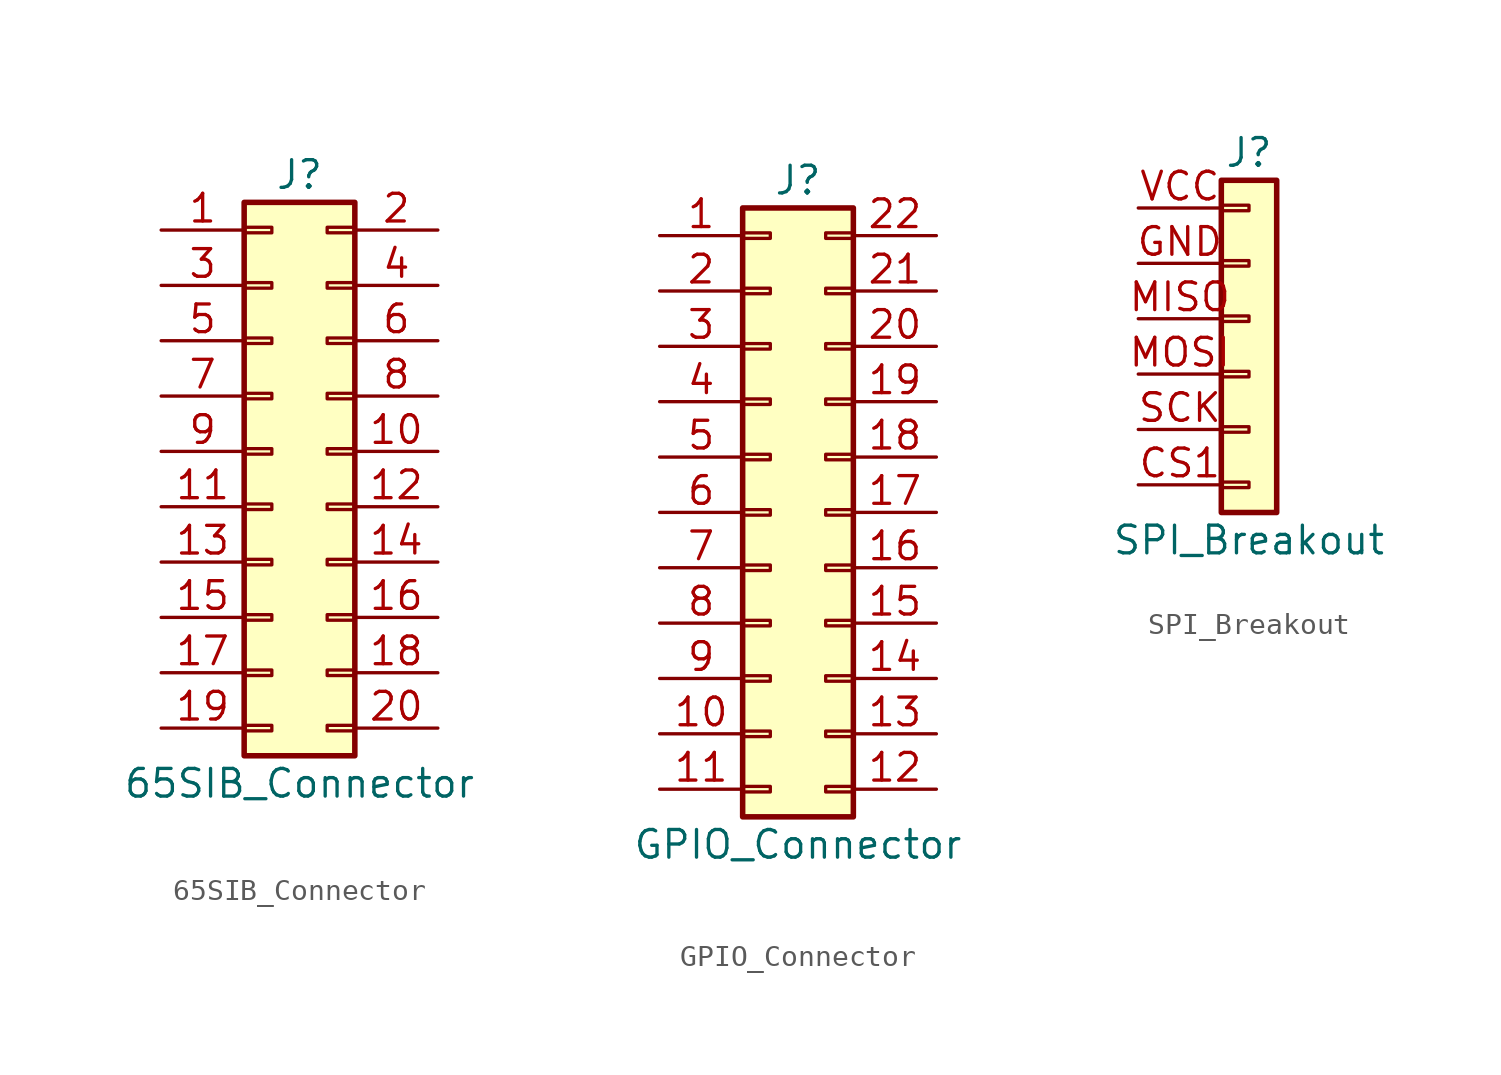
<source format=kicad_sym>
(kicad_symbol_lib
  (version 20211014)
  (generator kicad_symbol_editor)
  (symbol "65SIB_Connector"
    (pin_names
      (offset 1.016) hide)
    (property "Reference" "J"
      (at 1.27 12.7 0)
      (effects (font (size 1.27 1.27))))
    (property "Value" "65SIB_Connector"
      (at 1.27 -15.24 0)
      (effects (font (size 1.27 1.27))))
    (symbol "65SIB_Connector_1_1"
      (rectangle (start -1.27 -12.573) (end 0 -12.827) (stroke (width 0.152) (type default) (color 0 0 0 0)) (fill (type none)))
      (rectangle (start -1.27 -10.033) (end 0 -10.287) (stroke (width 0.152) (type default) (color 0 0 0 0)) (fill (type none)))
      (rectangle (start -1.27 -7.493) (end 0 -7.747) (stroke (width 0.152) (type default) (color 0 0 0 0)) (fill (type none)))
      (rectangle (start -1.27 -4.953) (end 0 -5.207) (stroke (width 0.152) (type default) (color 0 0 0 0)) (fill (type none)))
      (rectangle (start -1.27 -2.413) (end 0 -2.667) (stroke (width 0.152) (type default) (color 0 0 0 0)) (fill (type none)))
      (rectangle (start -1.27 0.127) (end 0 -0.127) (stroke (width 0.152) (type default) (color 0 0 0 0)) (fill (type none)))
      (rectangle (start -1.27 2.667) (end 0 2.413) (stroke (width 0.152) (type default) (color 0 0 0 0)) (fill (type none)))
      (rectangle (start -1.27 5.207) (end 0 4.953) (stroke (width 0.152) (type default) (color 0 0 0 0)) (fill (type none)))
      (rectangle (start -1.27 7.747) (end 0 7.493) (stroke (width 0.152) (type default) (color 0 0 0 0)) (fill (type none)))
      (rectangle (start -1.27 10.287) (end 0 10.033) (stroke (width 0.152) (type default) (color 0 0 0 0)) (fill (type none)))
      (rectangle (start -1.27 11.43) (end 3.81 -13.97) (stroke (width 0.254) (type default) (color 0 0 0 0)) (fill (type background)))
      (rectangle (start 3.81 -12.573) (end 2.54 -12.827) (stroke (width 0.152) (type default) (color 0 0 0 0)) (fill (type none)))
      (rectangle (start 3.81 -10.033) (end 2.54 -10.287) (stroke (width 0.152) (type default) (color 0 0 0 0)) (fill (type none)))
      (rectangle (start 3.81 -7.493) (end 2.54 -7.747) (stroke (width 0.152) (type default) (color 0 0 0 0)) (fill (type none)))
      (rectangle (start 3.81 -4.953) (end 2.54 -5.207) (stroke (width 0.152) (type default) (color 0 0 0 0)) (fill (type none)))
      (rectangle (start 3.81 -2.413) (end 2.54 -2.667) (stroke (width 0.152) (type default) (color 0 0 0 0)) (fill (type none)))
      (rectangle (start 3.81 0.127) (end 2.54 -0.127) (stroke (width 0.152) (type default) (color 0 0 0 0)) (fill (type none)))
      (rectangle (start 3.81 2.667) (end 2.54 2.413) (stroke (width 0.152) (type default) (color 0 0 0 0)) (fill (type none)))
      (rectangle (start 3.81 5.207) (end 2.54 4.953) (stroke (width 0.152) (type default) (color 0 0 0 0)) (fill (type none)))
      (rectangle (start 3.81 7.747) (end 2.54 7.493) (stroke (width 0.152) (type default) (color 0 0 0 0)) (fill (type none)))
      (rectangle (start 3.81 10.287) (end 2.54 10.033) (stroke (width 0.152) (type default) (color 0 0 0 0)) (fill (type none)))
      (pin input line (at -5.08 10.16 0) (length 3.81) (name "CONF\\" (effects (font (size 1.27 1.27)))) (number "1" (effects (font (size 1.27 1.27)))))
      (pin power_in line (at 7.62 0 180) (length 3.81) (name "12v" (effects (font (size 1.27 1.27)))) (number "10" (effects (font (size 1.27 1.27)))))
      (pin input line (at -5.08 -2.54 0) (length 3.81) (name "SEL1\\" (effects (font (size 1.27 1.27)))) (number "11" (effects (font (size 1.27 1.27)))))
      (pin input line (at 7.62 -2.54 180) (length 3.81) (name "SEL2\\" (effects (font (size 1.27 1.27)))) (number "12" (effects (font (size 1.27 1.27)))))
      (pin power_in line (at -5.08 -5.08 0) (length 3.81) (name "-12v" (effects (font (size 1.27 1.27)))) (number "13" (effects (font (size 1.27 1.27)))))
      (pin input line (at 7.62 -5.08 180) (length 3.81) (name "SEL3\\" (effects (font (size 1.27 1.27)))) (number "14" (effects (font (size 1.27 1.27)))))
      (pin input line (at -5.08 -7.62 0) (length 3.81) (name "SEL4\\" (effects (font (size 1.27 1.27)))) (number "15" (effects (font (size 1.27 1.27)))))
      (pin output line (at 7.62 -7.62 180) (length 3.81) (name "GND" (effects (font (size 1.27 1.27)))) (number "16" (effects (font (size 1.27 1.27)))))
      (pin input line (at -5.08 -10.16 0) (length 3.81) (name "SEL5\\" (effects (font (size 1.27 1.27)))) (number "17" (effects (font (size 1.27 1.27)))))
      (pin input line (at 7.62 -10.16 180) (length 3.81) (name "SEL6\\" (effects (font (size 1.27 1.27)))) (number "18" (effects (font (size 1.27 1.27)))))
      (pin output line (at -5.08 -12.7 0) (length 3.81) (name "GND" (effects (font (size 1.27 1.27)))) (number "19" (effects (font (size 1.27 1.27)))))
      (pin power_out line (at 7.62 10.16 180) (length 3.81) (name "GND" (effects (font (size 1.27 1.27)))) (number "2" (effects (font (size 1.27 1.27)))))
      (pin input line (at 7.62 -12.7 180) (length 3.81) (name "SEL7\\" (effects (font (size 1.27 1.27)))) (number "20" (effects (font (size 1.27 1.27)))))
      (pin input line (at -5.08 7.62 0) (length 3.81) (name "CLK" (effects (font (size 1.27 1.27)))) (number "3" (effects (font (size 1.27 1.27)))))
      (pin power_out line (at 7.62 7.62 180) (length 3.81) (name "GND" (effects (font (size 1.27 1.27)))) (number "4" (effects (font (size 1.27 1.27)))))
      (pin input line (at -5.08 5.08 0) (length 3.81) (name "MOSI" (effects (font (size 1.27 1.27)))) (number "5" (effects (font (size 1.27 1.27)))))
      (pin power_out line (at 7.62 5.08 180) (length 3.81) (name "eGND" (effects (font (size 1.27 1.27)))) (number "6" (effects (font (size 1.27 1.27)))))
      (pin output line (at -5.08 2.54 0) (length 3.81) (name "MISO" (effects (font (size 1.27 1.27)))) (number "7" (effects (font (size 1.27 1.27)))))
      (pin power_in line (at 7.62 2.54 180) (length 3.81) (name "12v" (effects (font (size 1.27 1.27)))) (number "8" (effects (font (size 1.27 1.27)))))
      (pin output line (at -5.08 0 0) (length 3.81) (name "IRO\\" (effects (font (size 1.27 1.27)))) (number "9" (effects (font (size 1.27 1.27)))))))
  (symbol "GPIO_Connector"
    (pin_names
      (offset 1.016) hide)
    (property "Reference" "J"
      (at 1.27 15.24 0)
      (effects (font (size 1.27 1.27))))
    (property "Value" "GPIO_Connector"
      (at 1.27 -15.24 0)
      (effects (font (size 1.27 1.27))))
    (symbol "GPIO_Connector_1_1"
      (rectangle (start -1.27 -12.573) (end 0 -12.827) (stroke (width 0.152) (type default) (color 0 0 0 0)) (fill (type none)))
      (rectangle (start -1.27 -10.033) (end 0 -10.287) (stroke (width 0.152) (type default) (color 0 0 0 0)) (fill (type none)))
      (rectangle (start -1.27 -7.493) (end 0 -7.747) (stroke (width 0.152) (type default) (color 0 0 0 0)) (fill (type none)))
      (rectangle (start -1.27 -4.953) (end 0 -5.207) (stroke (width 0.152) (type default) (color 0 0 0 0)) (fill (type none)))
      (rectangle (start -1.27 -2.413) (end 0 -2.667) (stroke (width 0.152) (type default) (color 0 0 0 0)) (fill (type none)))
      (rectangle (start -1.27 0.127) (end 0 -0.127) (stroke (width 0.152) (type default) (color 0 0 0 0)) (fill (type none)))
      (rectangle (start -1.27 2.667) (end 0 2.413) (stroke (width 0.152) (type default) (color 0 0 0 0)) (fill (type none)))
      (rectangle (start -1.27 5.207) (end 0 4.953) (stroke (width 0.152) (type default) (color 0 0 0 0)) (fill (type none)))
      (rectangle (start -1.27 7.747) (end 0 7.493) (stroke (width 0.152) (type default) (color 0 0 0 0)) (fill (type none)))
      (rectangle (start -1.27 10.287) (end 0 10.033) (stroke (width 0.152) (type default) (color 0 0 0 0)) (fill (type none)))
      (rectangle (start -1.27 12.827) (end 0 12.573) (stroke (width 0.152) (type default) (color 0 0 0 0)) (fill (type none)))
      (rectangle (start -1.27 13.97) (end 3.81 -13.97) (stroke (width 0.254) (type default) (color 0 0 0 0)) (fill (type background)))
      (rectangle (start 3.81 -12.573) (end 2.54 -12.827) (stroke (width 0.152) (type default) (color 0 0 0 0)) (fill (type none)))
      (rectangle (start 3.81 -10.033) (end 2.54 -10.287) (stroke (width 0.152) (type default) (color 0 0 0 0)) (fill (type none)))
      (rectangle (start 3.81 -7.493) (end 2.54 -7.747) (stroke (width 0.152) (type default) (color 0 0 0 0)) (fill (type none)))
      (rectangle (start 3.81 -4.953) (end 2.54 -5.207) (stroke (width 0.152) (type default) (color 0 0 0 0)) (fill (type none)))
      (rectangle (start 3.81 -2.413) (end 2.54 -2.667) (stroke (width 0.152) (type default) (color 0 0 0 0)) (fill (type none)))
      (rectangle (start 3.81 0.127) (end 2.54 -0.127) (stroke (width 0.152) (type default) (color 0 0 0 0)) (fill (type none)))
      (rectangle (start 3.81 2.667) (end 2.54 2.413) (stroke (width 0.152) (type default) (color 0 0 0 0)) (fill (type none)))
      (rectangle (start 3.81 5.207) (end 2.54 4.953) (stroke (width 0.152) (type default) (color 0 0 0 0)) (fill (type none)))
      (rectangle (start 3.81 7.747) (end 2.54 7.493) (stroke (width 0.152) (type default) (color 0 0 0 0)) (fill (type none)))
      (rectangle (start 3.81 10.287) (end 2.54 10.033) (stroke (width 0.152) (type default) (color 0 0 0 0)) (fill (type none)))
      (rectangle (start 3.81 12.827) (end 2.54 12.573) (stroke (width 0.152) (type default) (color 0 0 0 0)) (fill (type none)))
      (pin passive line (at -5.08 12.7 0) (length 3.81) (name "Pin_1" (effects (font (size 1.27 1.27)))) (number "1" (effects (font (size 1.27 1.27)))))
      (pin passive line (at -5.08 -10.16 0) (length 3.81) (name "Pin_10" (effects (font (size 1.27 1.27)))) (number "10" (effects (font (size 1.27 1.27)))))
      (pin passive line (at -5.08 -12.7 0) (length 3.81) (name "Pin_11" (effects (font (size 1.27 1.27)))) (number "11" (effects (font (size 1.27 1.27)))))
      (pin passive line (at 7.62 -12.7 180) (length 3.81) (name "Pin_12" (effects (font (size 1.27 1.27)))) (number "12" (effects (font (size 1.27 1.27)))))
      (pin passive line (at 7.62 -10.16 180) (length 3.81) (name "Pin_13" (effects (font (size 1.27 1.27)))) (number "13" (effects (font (size 1.27 1.27)))))
      (pin passive line (at 7.62 -7.62 180) (length 3.81) (name "Pin_14" (effects (font (size 1.27 1.27)))) (number "14" (effects (font (size 1.27 1.27)))))
      (pin passive line (at 7.62 -5.08 180) (length 3.81) (name "Pin_15" (effects (font (size 1.27 1.27)))) (number "15" (effects (font (size 1.27 1.27)))))
      (pin passive line (at 7.62 -2.54 180) (length 3.81) (name "Pin_16" (effects (font (size 1.27 1.27)))) (number "16" (effects (font (size 1.27 1.27)))))
      (pin passive line (at 7.62 0 180) (length 3.81) (name "Pin_17" (effects (font (size 1.27 1.27)))) (number "17" (effects (font (size 1.27 1.27)))))
      (pin passive line (at 7.62 2.54 180) (length 3.81) (name "Pin_18" (effects (font (size 1.27 1.27)))) (number "18" (effects (font (size 1.27 1.27)))))
      (pin passive line (at 7.62 5.08 180) (length 3.81) (name "Pin_19" (effects (font (size 1.27 1.27)))) (number "19" (effects (font (size 1.27 1.27)))))
      (pin passive line (at -5.08 10.16 0) (length 3.81) (name "Pin_2" (effects (font (size 1.27 1.27)))) (number "2" (effects (font (size 1.27 1.27)))))
      (pin passive line (at 7.62 7.62 180) (length 3.81) (name "Pin_20" (effects (font (size 1.27 1.27)))) (number "20" (effects (font (size 1.27 1.27)))))
      (pin passive line (at 7.62 10.16 180) (length 3.81) (name "Pin_21" (effects (font (size 1.27 1.27)))) (number "21" (effects (font (size 1.27 1.27)))))
      (pin passive line (at 7.62 12.7 180) (length 3.81) (name "Pin_22" (effects (font (size 1.27 1.27)))) (number "22" (effects (font (size 1.27 1.27)))))
      (pin passive line (at -5.08 7.62 0) (length 3.81) (name "Pin_3" (effects (font (size 1.27 1.27)))) (number "3" (effects (font (size 1.27 1.27)))))
      (pin passive line (at -5.08 5.08 0) (length 3.81) (name "Pin_4" (effects (font (size 1.27 1.27)))) (number "4" (effects (font (size 1.27 1.27)))))
      (pin passive line (at -5.08 2.54 0) (length 3.81) (name "Pin_5" (effects (font (size 1.27 1.27)))) (number "5" (effects (font (size 1.27 1.27)))))
      (pin passive line (at -5.08 0 0) (length 3.81) (name "Pin_6" (effects (font (size 1.27 1.27)))) (number "6" (effects (font (size 1.27 1.27)))))
      (pin passive line (at -5.08 -2.54 0) (length 3.81) (name "Pin_7" (effects (font (size 1.27 1.27)))) (number "7" (effects (font (size 1.27 1.27)))))
      (pin passive line (at -5.08 -5.08 0) (length 3.81) (name "Pin_8" (effects (font (size 1.27 1.27)))) (number "8" (effects (font (size 1.27 1.27)))))
      (pin passive line (at -5.08 -7.62 0) (length 3.81) (name "Pin_9" (effects (font (size 1.27 1.27)))) (number "9" (effects (font (size 1.27 1.27)))))))
  (symbol "SPI_Breakout"
    (pin_names
      (offset 1.016) hide)
    (property "Reference" "J"
      (at 1.27 8.89 0)
      (effects (font (size 1.27 1.27))))
    (property "Value" "SPI_Breakout"
      (at 1.27 -8.89 0)
      (effects (font (size 1.27 1.27))))
    (symbol "SPI_Breakout_1_1"
      (rectangle (start 0 -7.62) (end 2.54 7.62) (stroke (width 0.254) (type default) (color 0 0 0 0)) (fill (type background)))
      (rectangle (start 0 -6.477) (end 1.27 -6.223) (stroke (width 0.152) (type default) (color 0 0 0 0)) (fill (type none)))
      (rectangle (start 0 -3.937) (end 1.27 -3.683) (stroke (width 0.152) (type default) (color 0 0 0 0)) (fill (type none)))
      (rectangle (start 0 -1.397) (end 1.27 -1.143) (stroke (width 0.152) (type default) (color 0 0 0 0)) (fill (type none)))
      (rectangle (start 0 1.143) (end 1.27 1.397) (stroke (width 0.152) (type default) (color 0 0 0 0)) (fill (type none)))
      (rectangle (start 0 3.683) (end 1.27 3.937) (stroke (width 0.152) (type default) (color 0 0 0 0)) (fill (type none)))
      (rectangle (start 0 6.223) (end 1.27 6.477) (stroke (width 0.152) (type default) (color 0 0 0 0)) (fill (type none)))
      (pin passive line (at -3.81 -6.35 0) (length 3.81) (name "Pin_1" (effects (font (size 1.27 1.27)))) (number "CS1" (effects (font (size 1.27 1.27)))))
      (pin passive line (at -3.81 3.81 0) (length 3.81) (name "Pin_5" (effects (font (size 1.27 1.27)))) (number "GND" (effects (font (size 1.27 1.27)))))
      (pin passive line (at -3.81 1.27 0) (length 3.81) (name "Pin_4" (effects (font (size 1.27 1.27)))) (number "MISO" (effects (font (size 1.27 1.27)))))
      (pin passive line (at -3.81 -1.27 0) (length 3.81) (name "Pin_3" (effects (font (size 1.27 1.27)))) (number "MOSI" (effects (font (size 1.27 1.27)))))
      (pin passive line (at -3.81 -3.81 0) (length 3.81) (name "Pin_2" (effects (font (size 1.27 1.27)))) (number "SCK" (effects (font (size 1.27 1.27)))))
      (pin passive line (at -3.81 6.35 0) (length 3.81) (name "Pin_6" (effects (font (size 1.27 1.27)))) (number "VCC" (effects (font (size 1.27 1.27))))))))
</source>
